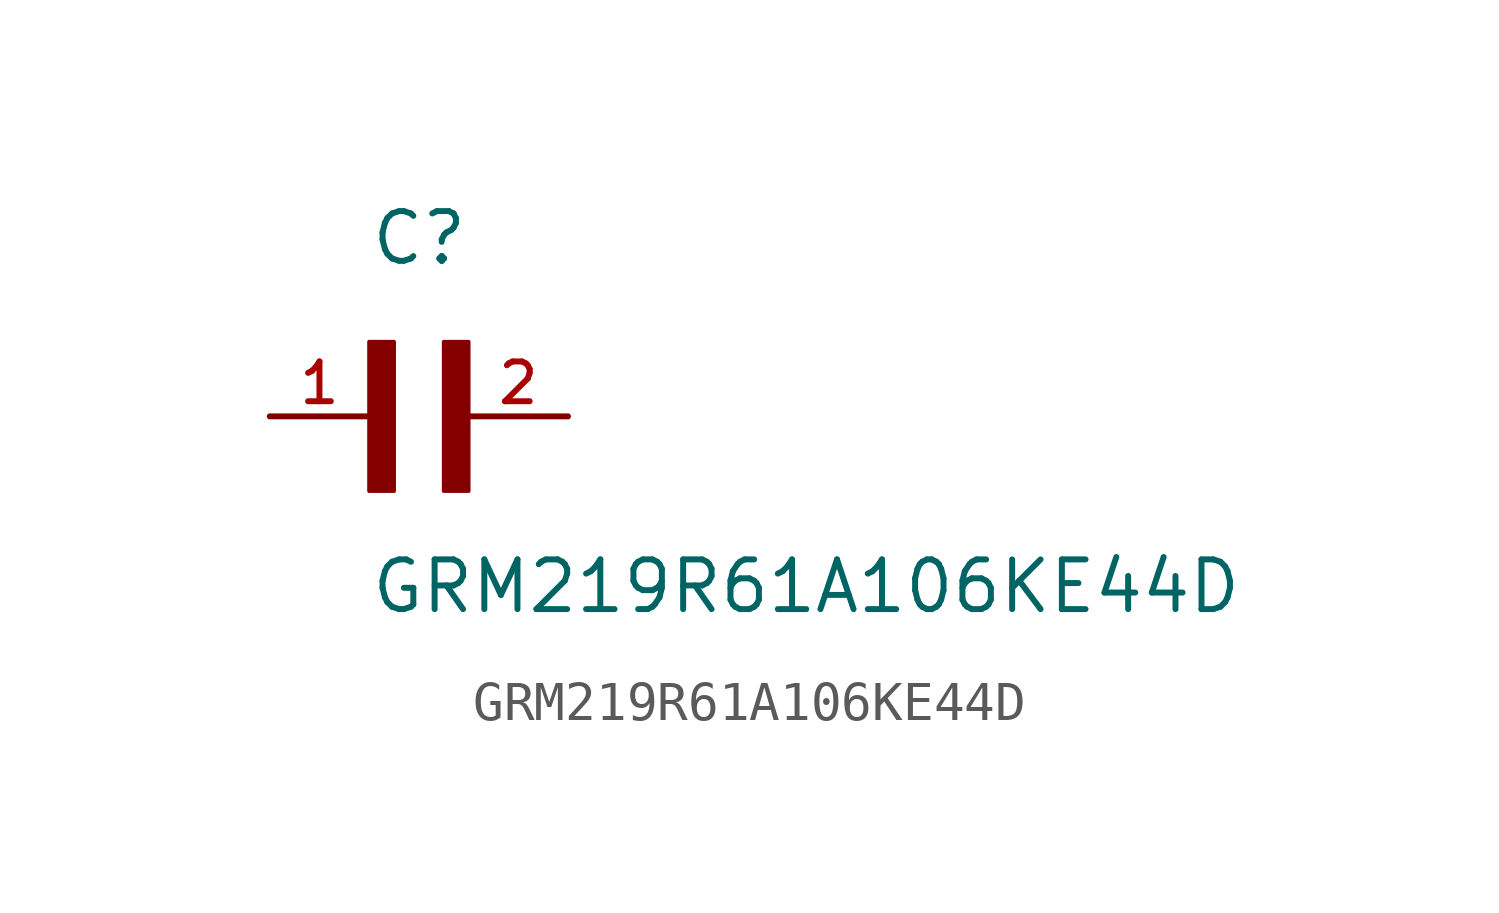
<source format=kicad_sym>
(kicad_symbol_lib
  (version 20211014)
  (generator kicad_symbol_editor)
  (symbol "GRM219R61A106KE44D"
    (pin_names
      (offset 1.016))
    (property "Reference" "C"
      (at 0.0 3.811 0)
      (effects (font (size 1.27 1.27)) (justify bottom left)))
    (property "Value" "GRM219R61A106KE44D"
      (at 0.0 -5.088 0)
      (effects (font (size 1.27 1.27)) (justify bottom left)))
    (symbol "GRM219R61A106KE44D_0_0"
      (rectangle (start 0.0 -1.907) (end 0.635 1.905) (stroke (width 0.1)) (fill (type outline)))
      (rectangle (start 1.907 -1.907) (end 2.54 1.905) (stroke (width 0.1)) (fill (type outline)))
      (pin passive line (at 5.08 0.0 180.0) (length 2.54) (name "~" (effects (font (size 1.016 1.016)))) (number "2" (effects (font (size 1.016 1.016)))))
      (pin passive line (at -2.54 0.0 0) (length 2.54) (name "~" (effects (font (size 1.016 1.016)))) (number "1" (effects (font (size 1.016 1.016))))))))
</source>
